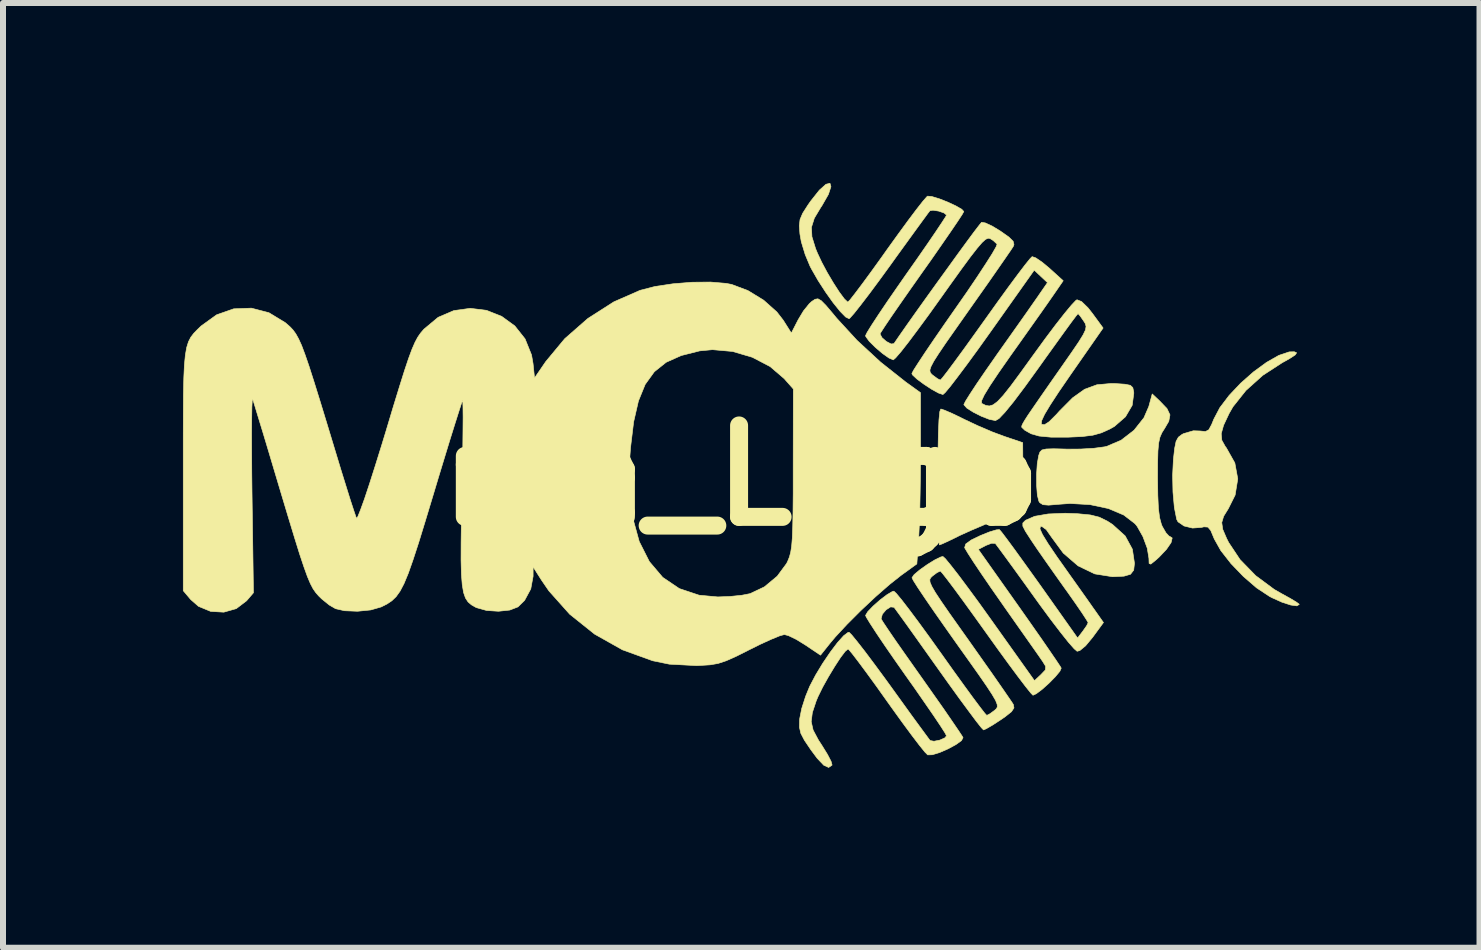
<source format=kicad_pcb>
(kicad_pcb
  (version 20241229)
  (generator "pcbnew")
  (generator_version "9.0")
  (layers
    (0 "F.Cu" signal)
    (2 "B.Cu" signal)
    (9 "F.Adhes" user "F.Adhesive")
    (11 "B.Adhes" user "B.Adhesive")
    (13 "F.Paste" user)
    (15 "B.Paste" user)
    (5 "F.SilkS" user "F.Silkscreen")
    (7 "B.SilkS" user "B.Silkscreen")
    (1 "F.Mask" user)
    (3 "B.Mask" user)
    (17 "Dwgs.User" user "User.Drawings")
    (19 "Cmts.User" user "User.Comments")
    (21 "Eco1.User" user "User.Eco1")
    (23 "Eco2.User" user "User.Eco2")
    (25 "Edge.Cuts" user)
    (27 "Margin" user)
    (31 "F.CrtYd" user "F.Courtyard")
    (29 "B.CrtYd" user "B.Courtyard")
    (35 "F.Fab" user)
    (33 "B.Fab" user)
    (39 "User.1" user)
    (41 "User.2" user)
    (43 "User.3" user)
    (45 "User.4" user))
  (footprint "ma_Logo"
    (layer "F.Cu")
    (at 9.307 4.877)
    (property "Reference" "ma_Logo" (at 0 0 0) (layer "F.SilkS") (effects (font (size 1.524 1.524) (thickness 0.3))))
    (attr through_hole)
    (fp_poly (pts (xy 3.391 -1.088) (xy 3.516 -1.034) (xy 3.678 -0.956) (xy 3.724 -0.933) (xy 3.943 -0.83) (xy 4.181 -0.728) (xy 4.382 -0.653) (xy 4.692 -0.548) (xy 4.696 0.011) (xy 4.699 0.571) (xy 4.29 0.726) (xy 4.063 0.815) (xy 3.831 0.914) (xy 3.637 1.002) (xy 3.604 1.019) (xy 3.458 1.09) (xy 3.349 1.14) (xy 3.303 1.157) (xy 3.296 1.111) (xy 3.289 0.982) (xy 3.284 0.783) (xy 3.28 0.528) (xy 3.278 0.229) (xy 3.277 0.024) (xy 3.28 -0.383) (xy 3.286 -0.702) (xy 3.296 -0.93) (xy 3.31 -1.067) (xy 3.327 -1.109) (xy 3.391 -1.088)) (stroke (width 0.01) (type solid)) (fill yes) (layer "F.SilkS"))
    (fp_poly (pts (xy 6.972 -1.246) (xy 7.097 -1.116) (xy 7.147 -1.011) (xy 7.127 -0.904) (xy 7.061 -0.791) (xy 7.012 -0.713) (xy 6.979 -0.637) (xy 6.958 -0.541) (xy 6.946 -0.408) (xy 6.941 -0.216) (xy 6.94 0.036) (xy 6.944 0.331) (xy 6.954 0.548) (xy 6.974 0.703) (xy 7.004 0.814) (xy 7.018 0.848) (xy 7.079 0.954) (xy 7.13 1.01) (xy 7.139 1.012) (xy 7.184 1.041) (xy 7.165 1.119) (xy 7.088 1.231) (xy 6.962 1.364) (xy 6.902 1.417) (xy 6.827 1.477) (xy 6.799 1.466) (xy 6.796 1.38) (xy 6.768 1.211) (xy 6.696 1.018) (xy 6.601 0.849) (xy 6.565 0.804) (xy 6.377 0.659) (xy 6.119 0.55) (xy 5.813 0.485) (xy 5.48 0.466) (xy 5.286 0.48) (xy 5.123 0.494) (xy 5.029 0.486) (xy 4.977 0.453) (xy 4.961 0.428) (xy 4.936 0.328) (xy 4.924 0.167) (xy 4.923 -0.02) (xy 4.935 -0.2) (xy 4.959 -0.335) (xy 4.979 -0.391) (xy 5.013 -0.426) (xy 5.083 -0.442) (xy 5.207 -0.446) (xy 5.406 -0.441) (xy 5.424 -0.44) (xy 5.654 -0.441) (xy 5.878 -0.454) (xy 6.057 -0.478) (xy 6.092 -0.486) (xy 6.332 -0.588) (xy 6.548 -0.755) (xy 6.713 -0.963) (xy 6.794 -1.15) (xy 6.851 -1.36) (xy 6.972 -1.246)) (stroke (width 0.01) (type solid)) (fill yes) (layer "F.SilkS"))
    (fp_poly (pts (xy 9.258 -2.046) (xy 9.235 -2.011) (xy 9.139 -1.948) (xy 9.017 -1.88) (xy 8.694 -1.67) (xy 8.413 -1.418) (xy 8.196 -1.145) (xy 8.131 -1.031) (xy 8.04 -0.837) (xy 8.001 -0.697) (xy 8.011 -0.588) (xy 8.068 -0.485) (xy 8.086 -0.462) (xy 8.228 -0.21) (xy 8.277 0.056) (xy 8.233 0.326) (xy 8.12 0.552) (xy 8.041 0.68) (xy 8.01 0.784) (xy 8.026 0.897) (xy 8.091 1.049) (xy 8.126 1.118) (xy 8.315 1.402) (xy 8.576 1.67) (xy 8.886 1.9) (xy 9.005 1.968) (xy 9.152 2.049) (xy 9.258 2.113) (xy 9.302 2.147) (xy 9.302 2.148) (xy 9.263 2.173) (xy 9.16 2.159) (xy 9.014 2.112) (xy 8.846 2.036) (xy 8.806 2.015) (xy 8.591 1.873) (xy 8.37 1.682) (xy 8.164 1.468) (xy 7.995 1.252) (xy 7.886 1.058) (xy 7.881 1.046) (xy 7.827 0.917) (xy 7.779 0.86) (xy 7.714 0.855) (xy 7.671 0.865) (xy 7.523 0.876) (xy 7.381 0.841) (xy 7.281 0.772) (xy 7.259 0.731) (xy 7.22 0.534) (xy 7.197 0.277) (xy 7.191 -0.002) (xy 7.204 -0.267) (xy 7.225 -0.454) (xy 7.249 -0.57) (xy 7.287 -0.639) (xy 7.348 -0.685) (xy 7.375 -0.699) (xy 7.537 -0.746) (xy 7.652 -0.742) (xy 7.738 -0.733) (xy 7.794 -0.762) (xy 7.842 -0.851) (xy 7.878 -0.94) (xy 7.979 -1.132) (xy 8.134 -1.336) (xy 8.326 -1.539) (xy 8.539 -1.727) (xy 8.756 -1.886) (xy 8.96 -2.002) (xy 9.135 -2.061) (xy 9.219 -2.063) (xy 9.258 -2.046)) (stroke (width 0.01) (type solid)) (fill yes) (layer "F.SilkS"))
    (fp_poly (pts (xy -0.252 -3.203) (xy -0.159 -3.185) (xy 0.111 -3.083) (xy 0.373 -2.923) (xy 0.593 -2.727) (xy 0.7 -2.589) (xy 0.835 -2.375) (xy 0.949 -2.597) (xy 1.038 -2.745) (xy 1.135 -2.865) (xy 1.176 -2.902) (xy 1.231 -2.938) (xy 1.278 -2.946) (xy 1.333 -2.915) (xy 1.412 -2.835) (xy 1.53 -2.696) (xy 1.59 -2.623) (xy 1.928 -2.255) (xy 2.323 -1.89) (xy 2.741 -1.559) (xy 2.759 -1.546) (xy 2.988 -1.381) (xy 2.988 -0.385) (xy 2.987 -0.05) (xy 2.982 0.283) (xy 2.976 0.592) (xy 2.967 0.852) (xy 2.958 1.039) (xy 2.958 1.043) (xy 2.927 1.474) (xy 2.663 1.665) (xy 2.47 1.818) (xy 2.238 2.021) (xy 1.994 2.25) (xy 1.763 2.481) (xy 1.569 2.69) (xy 1.487 2.787) (xy 1.321 2.995) (xy 1.065 2.823) (xy 0.917 2.732) (xy 0.789 2.67) (xy 0.719 2.651) (xy 0.642 2.672) (xy 0.5 2.73) (xy 0.316 2.814) (xy 0.135 2.904) (xy -0.086 3.015) (xy -0.25 3.088) (xy -0.386 3.133) (xy -0.519 3.156) (xy -0.68 3.166) (xy -0.746 3.169) (xy -1.199 3.145) (xy -1.477 3.088) (xy -1.98 2.906) (xy -2.445 2.644) (xy -2.859 2.313) (xy -3.207 1.923) (xy -3.329 1.745) (xy -3.47 1.523) (xy -3.47 1.68) (xy -3.509 1.891) (xy -3.612 2.082) (xy -3.722 2.19) (xy -3.859 2.243) (xy -4.047 2.263) (xy -4.245 2.25) (xy -4.413 2.203) (xy -4.43 2.195) (xy -4.498 2.156) (xy -4.554 2.108) (xy -4.597 2.043) (xy -4.629 1.951) (xy -4.651 1.822) (xy -4.665 1.646) (xy -4.671 1.412) (xy -4.67 1.112) (xy -4.665 0.735) (xy -4.655 0.275) (xy -4.654 0.223) (xy -1.865 0.223) (xy -1.812 0.695) (xy -1.701 1.1) (xy -1.532 1.435) (xy -1.309 1.698) (xy -1.032 1.885) (xy -0.703 1.995) (xy -0.391 2.024) (xy -0.185 2.016) (xy 0.01 1.996) (xy 0.148 1.969) (xy 0.386 1.856) (xy 0.6 1.678) (xy 0.757 1.465) (xy 0.776 1.425) (xy 0.803 1.358) (xy 0.824 1.28) (xy 0.84 1.179) (xy 0.851 1.043) (xy 0.858 0.86) (xy 0.863 0.617) (xy 0.866 0.302) (xy 0.866 -0.097) (xy 0.866 -0.107) (xy 0.868 -1.443) (xy 0.715 -1.616) (xy 0.48 -1.817) (xy 0.185 -1.971) (xy -0.144 -2.068) (xy -0.479 -2.098) (xy -0.692 -2.078) (xy -1.001 -2) (xy -1.251 -1.888) (xy -1.449 -1.73) (xy -1.602 -1.518) (xy -1.714 -1.243) (xy -1.794 -0.895) (xy -1.846 -0.464) (xy -1.857 -0.313) (xy -1.865 0.223) (xy -4.654 0.223) (xy -4.648 -0.1) (xy -4.642 -0.44) (xy -4.639 -0.735) (xy -4.637 -0.973) (xy -4.639 -1.145) (xy -4.642 -1.237) (xy -4.645 -1.251) (xy -4.665 -1.2) (xy -4.708 -1.068) (xy -4.772 -0.866) (xy -4.854 -0.604) (xy -4.949 -0.293) (xy -5.055 0.055) (xy -5.133 0.315) (xy -5.267 0.758) (xy -5.378 1.119) (xy -5.472 1.407) (xy -5.551 1.631) (xy -5.622 1.802) (xy -5.688 1.928) (xy -5.754 2.02) (xy -5.825 2.088) (xy -5.904 2.141) (xy -5.997 2.188) (xy -6.003 2.191) (xy -6.177 2.241) (xy -6.397 2.263) (xy -6.614 2.254) (xy -6.763 2.22) (xy -6.868 2.159) (xy -6.995 2.056) (xy -7.046 2.006) (xy -7.093 1.952) (xy -7.138 1.887) (xy -7.183 1.801) (xy -7.233 1.683) (xy -7.291 1.522) (xy -7.362 1.309) (xy -7.448 1.033) (xy -7.554 0.684) (xy -7.661 0.328) (xy -7.771 -0.04) (xy -7.873 -0.382) (xy -7.964 -0.685) (xy -8.041 -0.937) (xy -8.099 -1.128) (xy -8.135 -1.245) (xy -8.145 -1.275) (xy -8.152 -1.251) (xy -8.158 -1.141) (xy -8.161 -0.955) (xy -8.163 -0.703) (xy -8.162 -0.396) (xy -8.16 -0.043) (xy -8.156 0.293) (xy -8.132 1.955) (xy -8.247 2.089) (xy -8.418 2.219) (xy -8.626 2.278) (xy -8.845 2.265) (xy -9.048 2.181) (xy -9.178 2.067) (xy -9.302 1.92) (xy -9.302 -0.078) (xy -9.302 -0.586) (xy -9.301 -1.006) (xy -9.299 -1.349) (xy -9.293 -1.624) (xy -9.283 -1.84) (xy -9.267 -2.007) (xy -9.245 -2.134) (xy -9.215 -2.23) (xy -9.176 -2.306) (xy -9.127 -2.37) (xy -9.067 -2.432) (xy -9.005 -2.492) (xy -8.746 -2.679) (xy -8.461 -2.779) (xy -8.166 -2.79) (xy -7.874 -2.714) (xy -7.602 -2.549) (xy -7.58 -2.53) (xy -7.523 -2.48) (xy -7.473 -2.427) (xy -7.427 -2.364) (xy -7.38 -2.28) (xy -7.329 -2.168) (xy -7.272 -2.016) (xy -7.204 -1.818) (xy -7.122 -1.562) (xy -7.022 -1.241) (xy -6.901 -0.845) (xy -6.769 -0.41) (xy -6.676 -0.103) (xy -6.59 0.174) (xy -6.517 0.408) (xy -6.459 0.585) (xy -6.423 0.691) (xy -6.414 0.714) (xy -6.392 0.685) (xy -6.347 0.573) (xy -6.28 0.388) (xy -6.197 0.138) (xy -6.1 -0.166) (xy -5.991 -0.516) (xy -5.925 -0.732) (xy -5.8 -1.149) (xy -5.697 -1.484) (xy -5.614 -1.748) (xy -5.546 -1.951) (xy -5.489 -2.105) (xy -5.439 -2.22) (xy -5.393 -2.306) (xy -5.346 -2.374) (xy -5.294 -2.435) (xy -5.286 -2.443) (xy -5.053 -2.637) (xy -4.792 -2.749) (xy -4.518 -2.787) (xy -4.248 -2.754) (xy -3.995 -2.654) (xy -3.775 -2.494) (xy -3.604 -2.278) (xy -3.496 -2.01) (xy -3.471 -1.866) (xy -3.446 -1.626) (xy -3.259 -1.899) (xy -2.943 -2.28) (xy -2.557 -2.618) (xy -2.124 -2.895) (xy -1.687 -3.087) (xy -1.439 -3.151) (xy -1.139 -3.196) (xy -0.82 -3.222) (xy -0.513 -3.225) (xy -0.252 -3.203)) (stroke (width 0.01) (type solid)) (fill yes) (layer "F.SilkS"))
    (fp_poly (pts (xy 5.611 0.637) (xy 5.817 0.657) (xy 5.967 0.694) (xy 6.102 0.76) (xy 6.19 0.817) (xy 6.4 1.007) (xy 6.52 1.228) (xy 6.555 1.463) (xy 6.542 1.578) (xy 6.489 1.646) (xy 6.38 1.678) (xy 6.193 1.687) (xy 6.188 1.687) (xy 5.893 1.64) (xy 5.615 1.506) (xy 5.368 1.293) (xy 5.176 1.032) (xy 5.084 0.901) (xy 5.009 0.848) (xy 4.988 0.85) (xy 4.979 0.889) (xy 5.021 0.983) (xy 5.116 1.138) (xy 5.267 1.361) (xy 5.322 1.438) (xy 5.481 1.663) (xy 5.636 1.881) (xy 5.77 2.07) (xy 5.866 2.207) (xy 5.88 2.226) (xy 6.038 2.451) (xy 5.857 2.698) (xy 5.74 2.839) (xy 5.644 2.918) (xy 5.599 2.93) (xy 5.55 2.888) (xy 5.454 2.779) (xy 5.322 2.613) (xy 5.161 2.403) (xy 4.982 2.16) (xy 4.894 2.038) (xy 4.711 1.783) (xy 4.546 1.555) (xy 4.407 1.364) (xy 4.304 1.224) (xy 4.244 1.144) (xy 4.234 1.131) (xy 4.173 1.129) (xy 4.077 1.166) (xy 3.952 1.232) (xy 4.633 2.194) (xy 4.823 2.464) (xy 4.994 2.708) (xy 5.138 2.917) (xy 5.248 3.078) (xy 5.316 3.18) (xy 5.334 3.211) (xy 5.311 3.264) (xy 5.235 3.355) (xy 5.129 3.463) (xy 5.016 3.564) (xy 4.918 3.638) (xy 4.863 3.663) (xy 4.826 3.625) (xy 4.741 3.519) (xy 4.616 3.355) (xy 4.458 3.142) (xy 4.276 2.892) (xy 4.087 2.628) (xy 3.889 2.352) (xy 3.709 2.103) (xy 3.554 1.892) (xy 3.432 1.73) (xy 3.351 1.627) (xy 3.319 1.592) (xy 3.263 1.619) (xy 3.188 1.675) (xy 3.159 1.703) (xy 3.143 1.734) (xy 3.147 1.779) (xy 3.176 1.847) (xy 3.235 1.949) (xy 3.33 2.093) (xy 3.466 2.29) (xy 3.65 2.55) (xy 3.79 2.747) (xy 3.984 3.022) (xy 4.162 3.274) (xy 4.314 3.492) (xy 4.432 3.663) (xy 4.51 3.777) (xy 4.536 3.818) (xy 4.546 3.874) (xy 4.505 3.937) (xy 4.398 4.022) (xy 4.327 4.071) (xy 4.19 4.16) (xy 4.085 4.221) (xy 4.039 4.241) (xy 4.003 4.204) (xy 3.919 4.098) (xy 3.796 3.933) (xy 3.64 3.722) (xy 3.461 3.474) (xy 3.295 3.241) (xy 3.1 2.967) (xy 2.923 2.718) (xy 2.771 2.505) (xy 2.652 2.34) (xy 2.574 2.233) (xy 2.547 2.197) (xy 2.49 2.19) (xy 2.415 2.238) (xy 2.352 2.312) (xy 2.332 2.386) (xy 2.334 2.395) (xy 2.368 2.45) (xy 2.45 2.573) (xy 2.571 2.75) (xy 2.725 2.97) (xy 2.902 3.221) (xy 3.015 3.381) (xy 3.202 3.646) (xy 3.371 3.886) (xy 3.512 4.091) (xy 3.619 4.248) (xy 3.683 4.345) (xy 3.697 4.37) (xy 3.67 4.42) (xy 3.578 4.486) (xy 3.449 4.556) (xy 3.309 4.617) (xy 3.186 4.655) (xy 3.108 4.657) (xy 3.064 4.613) (xy 2.973 4.501) (xy 2.845 4.333) (xy 2.689 4.122) (xy 2.513 3.878) (xy 2.431 3.763) (xy 2.251 3.51) (xy 2.088 3.286) (xy 1.952 3.103) (xy 1.85 2.97) (xy 1.791 2.9) (xy 1.78 2.892) (xy 1.733 2.931) (xy 1.654 3.035) (xy 1.557 3.184) (xy 1.453 3.356) (xy 1.356 3.53) (xy 1.279 3.687) (xy 1.25 3.756) (xy 1.185 3.952) (xy 1.166 4.103) (xy 1.198 4.244) (xy 1.286 4.409) (xy 1.347 4.503) (xy 1.437 4.649) (xy 1.497 4.764) (xy 1.514 4.826) (xy 1.513 4.828) (xy 1.457 4.867) (xy 1.376 4.83) (xy 1.266 4.714) (xy 1.161 4.573) (xy 1.053 4.413) (xy 0.993 4.298) (xy 0.97 4.197) (xy 0.972 4.077) (xy 0.975 4.05) (xy 1.008 3.884) (xy 1.073 3.681) (xy 1.142 3.513) (xy 1.24 3.326) (xy 1.358 3.131) (xy 1.484 2.945) (xy 1.604 2.786) (xy 1.707 2.671) (xy 1.78 2.616) (xy 1.798 2.614) (xy 1.841 2.657) (xy 1.932 2.768) (xy 2.061 2.933) (xy 2.219 3.144) (xy 2.398 3.387) (xy 2.488 3.511) (xy 2.672 3.766) (xy 2.837 3.995) (xy 2.976 4.185) (xy 3.079 4.325) (xy 3.138 4.405) (xy 3.149 4.418) (xy 3.213 4.43) (xy 3.31 4.411) (xy 3.395 4.373) (xy 3.422 4.339) (xy 3.395 4.288) (xy 3.32 4.171) (xy 3.204 3.998) (xy 3.054 3.781) (xy 2.88 3.53) (xy 2.747 3.343) (xy 2.559 3.075) (xy 2.391 2.832) (xy 2.251 2.624) (xy 2.147 2.464) (xy 2.085 2.362) (xy 2.072 2.332) (xy 2.108 2.271) (xy 2.197 2.178) (xy 2.312 2.076) (xy 2.429 1.987) (xy 2.519 1.934) (xy 2.544 1.928) (xy 2.585 1.966) (xy 2.673 2.072) (xy 2.8 2.237) (xy 2.959 2.45) (xy 3.142 2.701) (xy 3.33 2.964) (xy 3.527 3.241) (xy 3.706 3.489) (xy 3.86 3.7) (xy 3.981 3.862) (xy 4.061 3.965) (xy 4.093 3.999) (xy 4.147 3.971) (xy 4.223 3.915) (xy 4.253 3.888) (xy 4.269 3.858) (xy 4.266 3.815) (xy 4.24 3.749) (xy 4.183 3.651) (xy 4.092 3.512) (xy 3.96 3.321) (xy 3.782 3.07) (xy 3.586 2.795) (xy 3.389 2.516) (xy 3.211 2.262) (xy 3.06 2.042) (xy 2.944 1.869) (xy 2.87 1.752) (xy 2.846 1.704) (xy 2.882 1.652) (xy 2.976 1.573) (xy 3.1 1.485) (xy 3.226 1.407) (xy 3.327 1.358) (xy 3.362 1.35) (xy 3.403 1.387) (xy 3.491 1.494) (xy 3.619 1.658) (xy 3.778 1.871) (xy 3.962 2.121) (xy 4.151 2.385) (xy 4.888 3.42) (xy 4.997 3.318) (xy 5.069 3.242) (xy 5.075 3.182) (xy 5.02 3.092) (xy 5.018 3.09) (xy 4.965 3.013) (xy 4.866 2.872) (xy 4.73 2.679) (xy 4.568 2.449) (xy 4.39 2.196) (xy 4.338 2.121) (xy 4.161 1.868) (xy 4.003 1.637) (xy 3.873 1.443) (xy 3.779 1.297) (xy 3.729 1.213) (xy 3.724 1.201) (xy 3.742 1.142) (xy 3.834 1.075) (xy 3.985 1.002) (xy 4.136 0.941) (xy 4.252 0.906) (xy 4.304 0.902) (xy 4.342 0.946) (xy 4.426 1.057) (xy 4.55 1.225) (xy 4.703 1.437) (xy 4.879 1.682) (xy 4.975 1.816) (xy 5.607 2.709) (xy 5.694 2.595) (xy 5.757 2.506) (xy 5.783 2.453) (xy 5.756 2.406) (xy 5.684 2.295) (xy 5.575 2.136) (xy 5.44 1.944) (xy 5.393 1.879) (xy 5.232 1.652) (xy 5.074 1.428) (xy 4.936 1.23) (xy 4.836 1.082) (xy 4.829 1.071) (xy 4.737 0.929) (xy 4.694 0.844) (xy 4.694 0.792) (xy 4.732 0.753) (xy 4.744 0.744) (xy 4.891 0.68) (xy 5.116 0.641) (xy 5.401 0.629) (xy 5.611 0.637)) (stroke (width 0.01) (type solid)) (fill yes) (layer "F.SilkS"))
    (fp_poly (pts (xy 1.495 -4.815) (xy 1.453 -4.687) (xy 1.343 -4.495) (xy 1.325 -4.469) (xy 1.218 -4.29) (xy 1.17 -4.138) (xy 1.178 -3.98) (xy 1.239 -3.783) (xy 1.269 -3.71) (xy 1.34 -3.558) (xy 1.433 -3.384) (xy 1.536 -3.21) (xy 1.635 -3.057) (xy 1.719 -2.944) (xy 1.773 -2.893) (xy 1.778 -2.892) (xy 1.814 -2.929) (xy 1.897 -3.035) (xy 2.019 -3.197) (xy 2.171 -3.404) (xy 2.344 -3.644) (xy 2.428 -3.763) (xy 2.611 -4.017) (xy 2.777 -4.244) (xy 2.919 -4.433) (xy 3.027 -4.571) (xy 3.093 -4.646) (xy 3.106 -4.657) (xy 3.177 -4.651) (xy 3.299 -4.614) (xy 3.442 -4.558) (xy 3.577 -4.495) (xy 3.676 -4.438) (xy 3.71 -4.401) (xy 3.683 -4.352) (xy 3.607 -4.236) (xy 3.49 -4.064) (xy 3.34 -3.847) (xy 3.165 -3.595) (xy 3.011 -3.378) (xy 2.82 -3.107) (xy 2.649 -2.862) (xy 2.505 -2.654) (xy 2.397 -2.494) (xy 2.331 -2.392) (xy 2.313 -2.361) (xy 2.346 -2.298) (xy 2.419 -2.234) (xy 2.498 -2.193) (xy 2.545 -2.198) (xy 2.635 -2.329) (xy 2.76 -2.508) (xy 2.913 -2.724) (xy 3.083 -2.962) (xy 3.262 -3.211) (xy 3.441 -3.458) (xy 3.609 -3.691) (xy 3.759 -3.896) (xy 3.881 -4.061) (xy 3.967 -4.173) (xy 4.005 -4.22) (xy 4.006 -4.221) (xy 4.068 -4.211) (xy 4.183 -4.158) (xy 4.318 -4.076) (xy 4.46 -3.976) (xy 4.532 -3.906) (xy 4.546 -3.851) (xy 4.534 -3.818) (xy 4.494 -3.757) (xy 4.406 -3.629) (xy 4.279 -3.446) (xy 4.121 -3.219) (xy 3.939 -2.961) (xy 3.788 -2.747) (xy 3.574 -2.443) (xy 3.409 -2.208) (xy 3.29 -2.032) (xy 3.209 -1.905) (xy 3.163 -1.817) (xy 3.144 -1.759) (xy 3.149 -1.721) (xy 3.17 -1.692) (xy 3.189 -1.675) (xy 3.273 -1.613) (xy 3.319 -1.591) (xy 3.354 -1.629) (xy 3.437 -1.736) (xy 3.559 -1.9) (xy 3.715 -2.113) (xy 3.894 -2.362) (xy 4.073 -2.612) (xy 4.27 -2.888) (xy 4.45 -3.136) (xy 4.607 -3.348) (xy 4.731 -3.511) (xy 4.815 -3.615) (xy 4.849 -3.649) (xy 4.91 -3.628) (xy 5.016 -3.556) (xy 5.135 -3.457) (xy 5.367 -3.247) (xy 5.203 -3.009) (xy 5.123 -2.894) (xy 4.999 -2.717) (xy 4.843 -2.497) (xy 4.668 -2.25) (xy 4.493 -2.004) (xy 4.291 -1.715) (xy 4.145 -1.497) (xy 4.051 -1.343) (xy 4.006 -1.247) (xy 4.007 -1.203) (xy 4.01 -1.201) (xy 4.075 -1.169) (xy 4.135 -1.159) (xy 4.198 -1.178) (xy 4.273 -1.234) (xy 4.368 -1.336) (xy 4.492 -1.492) (xy 4.653 -1.71) (xy 4.861 -1.998) (xy 4.88 -2.024) (xy 5.067 -2.281) (xy 5.239 -2.51) (xy 5.388 -2.7) (xy 5.504 -2.84) (xy 5.578 -2.918) (xy 5.597 -2.93) (xy 5.673 -2.9) (xy 5.78 -2.796) (xy 5.854 -2.702) (xy 6.032 -2.459) (xy 5.492 -1.684) (xy 5.294 -1.396) (xy 5.151 -1.177) (xy 5.057 -1.021) (xy 5.009 -0.918) (xy 5.001 -0.863) (xy 5.007 -0.854) (xy 5.054 -0.846) (xy 5.133 -0.897) (xy 5.253 -1.017) (xy 5.307 -1.077) (xy 5.524 -1.295) (xy 5.723 -1.437) (xy 5.929 -1.513) (xy 6.163 -1.534) (xy 6.232 -1.533) (xy 6.396 -1.522) (xy 6.486 -1.504) (xy 6.527 -1.466) (xy 6.542 -1.396) (xy 6.544 -1.374) (xy 6.517 -1.17) (xy 6.405 -0.979) (xy 6.22 -0.818) (xy 6.14 -0.773) (xy 6.002 -0.711) (xy 5.861 -0.672) (xy 5.685 -0.65) (xy 5.446 -0.639) (xy 5.166 -0.639) (xy 4.965 -0.658) (xy 4.832 -0.696) (xy 4.728 -0.754) (xy 4.676 -0.804) (xy 4.675 -0.81) (xy 4.678 -0.832) (xy 4.693 -0.865) (xy 4.725 -0.92) (xy 4.78 -1.006) (xy 4.867 -1.133) (xy 4.99 -1.311) (xy 5.156 -1.55) (xy 5.343 -1.817) (xy 5.509 -2.055) (xy 5.626 -2.227) (xy 5.7 -2.347) (xy 5.739 -2.429) (xy 5.748 -2.486) (xy 5.735 -2.533) (xy 5.708 -2.576) (xy 5.648 -2.662) (xy 5.614 -2.699) (xy 5.614 -2.699) (xy 5.583 -2.662) (xy 5.504 -2.557) (xy 5.386 -2.395) (xy 5.237 -2.188) (xy 5.063 -1.946) (xy 4.964 -1.807) (xy 4.727 -1.479) (xy 4.538 -1.228) (xy 4.395 -1.053) (xy 4.297 -0.95) (xy 4.239 -0.916) (xy 4.238 -0.916) (xy 4.136 -0.936) (xy 4.003 -0.988) (xy 3.868 -1.056) (xy 3.761 -1.124) (xy 3.712 -1.179) (xy 3.711 -1.183) (xy 3.738 -1.238) (xy 3.813 -1.358) (xy 3.926 -1.53) (xy 4.071 -1.742) (xy 4.238 -1.981) (xy 4.262 -2.016) (xy 4.443 -2.271) (xy 4.615 -2.514) (xy 4.766 -2.728) (xy 4.884 -2.897) (xy 4.959 -3.004) (xy 4.959 -3.005) (xy 5.105 -3.216) (xy 4.994 -3.32) (xy 4.884 -3.424) (xy 4.149 -2.387) (xy 3.951 -2.11) (xy 3.769 -1.861) (xy 3.611 -1.65) (xy 3.486 -1.487) (xy 3.4 -1.384) (xy 3.362 -1.35) (xy 3.288 -1.375) (xy 3.172 -1.439) (xy 3.044 -1.523) (xy 2.929 -1.608) (xy 2.856 -1.676) (xy 2.844 -1.699) (xy 2.87 -1.751) (xy 2.946 -1.87) (xy 3.062 -2.046) (xy 3.212 -2.267) (xy 3.389 -2.524) (xy 3.568 -2.78) (xy 3.762 -3.058) (xy 3.933 -3.311) (xy 4.076 -3.529) (xy 4.184 -3.699) (xy 4.249 -3.813) (xy 4.265 -3.857) (xy 4.201 -3.917) (xy 4.148 -3.95) (xy 4.116 -3.956) (xy 4.073 -3.937) (xy 4.013 -3.883) (xy 3.931 -3.787) (xy 3.818 -3.642) (xy 3.668 -3.438) (xy 3.474 -3.168) (xy 3.328 -2.963) (xy 3.13 -2.686) (xy 2.947 -2.437) (xy 2.789 -2.226) (xy 2.662 -2.064) (xy 2.574 -1.962) (xy 2.535 -1.928) (xy 2.462 -1.959) (xy 2.353 -2.036) (xy 2.235 -2.137) (xy 2.134 -2.237) (xy 2.077 -2.315) (xy 2.072 -2.332) (xy 2.099 -2.387) (xy 2.174 -2.508) (xy 2.29 -2.685) (xy 2.439 -2.906) (xy 2.614 -3.159) (xy 2.747 -3.35) (xy 2.935 -3.617) (xy 3.102 -3.858) (xy 3.242 -4.063) (xy 3.346 -4.219) (xy 3.408 -4.315) (xy 3.422 -4.342) (xy 3.382 -4.376) (xy 3.291 -4.408) (xy 3.196 -4.423) (xy 3.145 -4.414) (xy 3.111 -4.37) (xy 3.029 -4.258) (xy 2.908 -4.092) (xy 2.755 -3.881) (xy 2.579 -3.638) (xy 2.488 -3.511) (xy 2.303 -3.257) (xy 2.134 -3.029) (xy 1.99 -2.841) (xy 1.88 -2.702) (xy 1.812 -2.626) (xy 1.798 -2.614) (xy 1.741 -2.642) (xy 1.648 -2.737) (xy 1.532 -2.881) (xy 1.406 -3.058) (xy 1.281 -3.251) (xy 1.171 -3.443) (xy 1.147 -3.489) (xy 1.065 -3.686) (xy 1.001 -3.897) (xy 0.978 -4.027) (xy 0.968 -4.164) (xy 0.98 -4.268) (xy 1.024 -4.372) (xy 1.111 -4.508) (xy 1.157 -4.574) (xy 1.302 -4.757) (xy 1.412 -4.855) (xy 1.479 -4.872) (xy 1.495 -4.815)) (stroke (width 0.01) (type solid)) (fill yes) (layer "F.SilkS")))
  (gr_rect
    (start -3 -3)
    (end 21.614 12.749)
    (stroke (width 0.1) (type default))
    (fill no)
    (layer "Edge.Cuts")))
</source>
